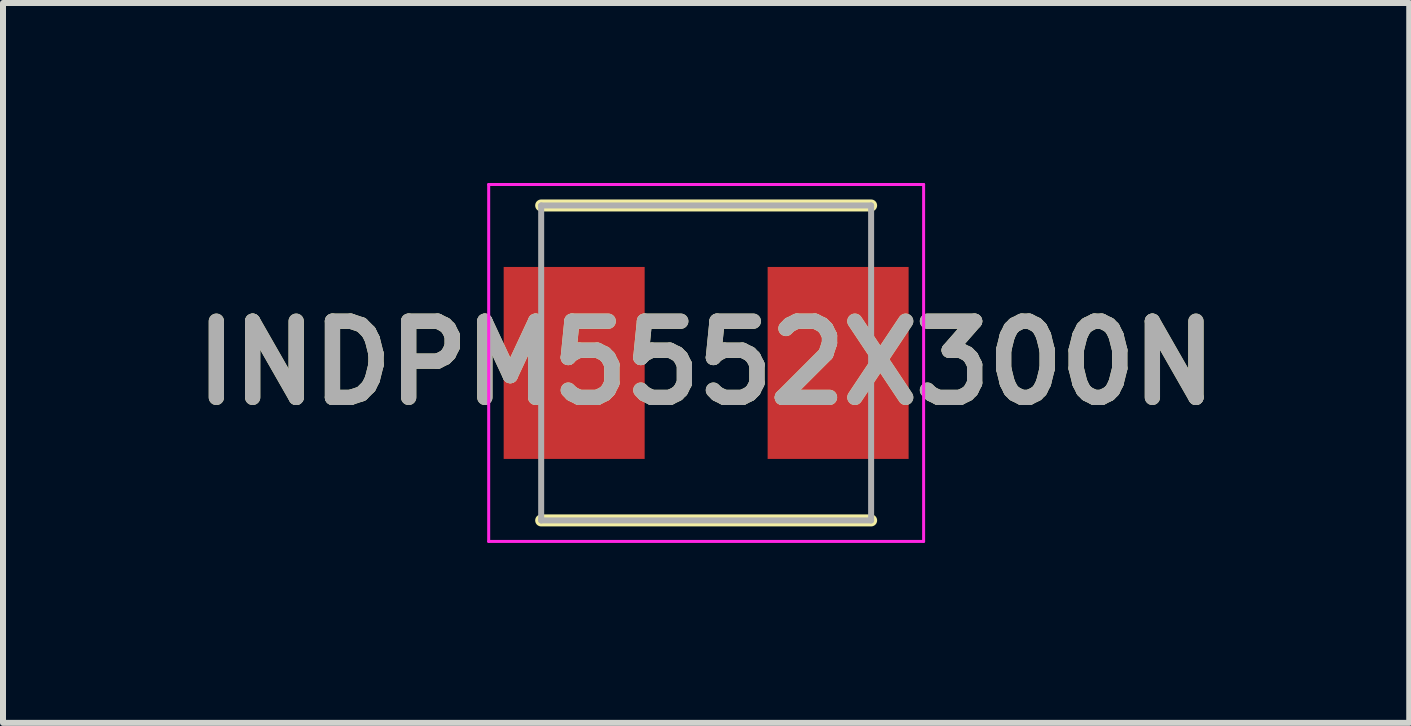
<source format=kicad_pcb>
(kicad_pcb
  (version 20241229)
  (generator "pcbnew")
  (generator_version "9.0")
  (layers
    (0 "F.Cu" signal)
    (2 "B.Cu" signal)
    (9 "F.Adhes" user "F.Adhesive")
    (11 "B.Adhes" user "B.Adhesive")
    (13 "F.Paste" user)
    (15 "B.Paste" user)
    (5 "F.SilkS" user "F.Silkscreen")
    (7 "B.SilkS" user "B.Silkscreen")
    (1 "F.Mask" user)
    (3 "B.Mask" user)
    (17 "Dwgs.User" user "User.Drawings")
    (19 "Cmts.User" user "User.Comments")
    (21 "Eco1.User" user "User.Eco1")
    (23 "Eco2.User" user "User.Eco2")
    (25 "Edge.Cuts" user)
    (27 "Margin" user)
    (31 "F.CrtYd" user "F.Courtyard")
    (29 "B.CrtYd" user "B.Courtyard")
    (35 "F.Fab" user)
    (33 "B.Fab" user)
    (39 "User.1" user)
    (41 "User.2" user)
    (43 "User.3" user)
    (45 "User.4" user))
  (footprint "INDPM5552X300N"
    (layer "F.Cu")
    (at 8.721 3)
    (property "Reference" "INDPM5552X300N" (at 0 0 0) (layer "F.SilkS") (effects (font (size 1.27 1.27) (thickness 0.254))))
    (attr smd)
    (fp_line (start -2.75 2.625) (end 2.75 2.625) (stroke (width 0.2) (type solid)) (layer "F.SilkS"))
    (fp_line (start 2.75 -2.625) (end -2.75 -2.625) (stroke (width 0.2) (type solid)) (layer "F.SilkS"))
    (fp_line (start -3.625 -2.975) (end 3.625 -2.975) (stroke (width 0.05) (type solid)) (layer "F.CrtYd"))
    (fp_line (start -3.625 2.975) (end -3.625 -2.975) (stroke (width 0.05) (type solid)) (layer "F.CrtYd"))
    (fp_line (start 3.625 -2.975) (end 3.625 2.975) (stroke (width 0.05) (type solid)) (layer "F.CrtYd"))
    (fp_line (start 3.625 2.975) (end -3.625 2.975) (stroke (width 0.05) (type solid)) (layer "F.CrtYd"))
    (fp_line (start -2.75 -2.625) (end 2.75 -2.625) (stroke (width 0.1) (type solid)) (layer "F.Fab"))
    (fp_line (start -2.75 2.625) (end -2.75 -2.625) (stroke (width 0.1) (type solid)) (layer "F.Fab"))
    (fp_line (start 2.75 -2.625) (end 2.75 2.625) (stroke (width 0.1) (type solid)) (layer "F.Fab"))
    (fp_line (start 2.75 2.625) (end -2.75 2.625) (stroke (width 0.1) (type solid)) (layer "F.Fab"))
    (fp_text user "${REFERENCE}" (at 0 0 0) (layer "F.Fab") (effects (font (size 1.27 1.27) (thickness 0.254))))
    (pad "1" smd rect (at -2.2 0) (size 2.35 3.2) (layers "F.Cu" "F.Mask" "F.Paste"))
    (pad "2" smd rect (at 2.2 0) (size 2.35 3.2) (layers "F.Cu" "F.Mask" "F.Paste")))
  (gr_rect
    (start -3 -3)
    (end 20.441 9)
    (stroke (width 0.1) (type default))
    (fill no)
    (layer "Edge.Cuts")))
</source>
